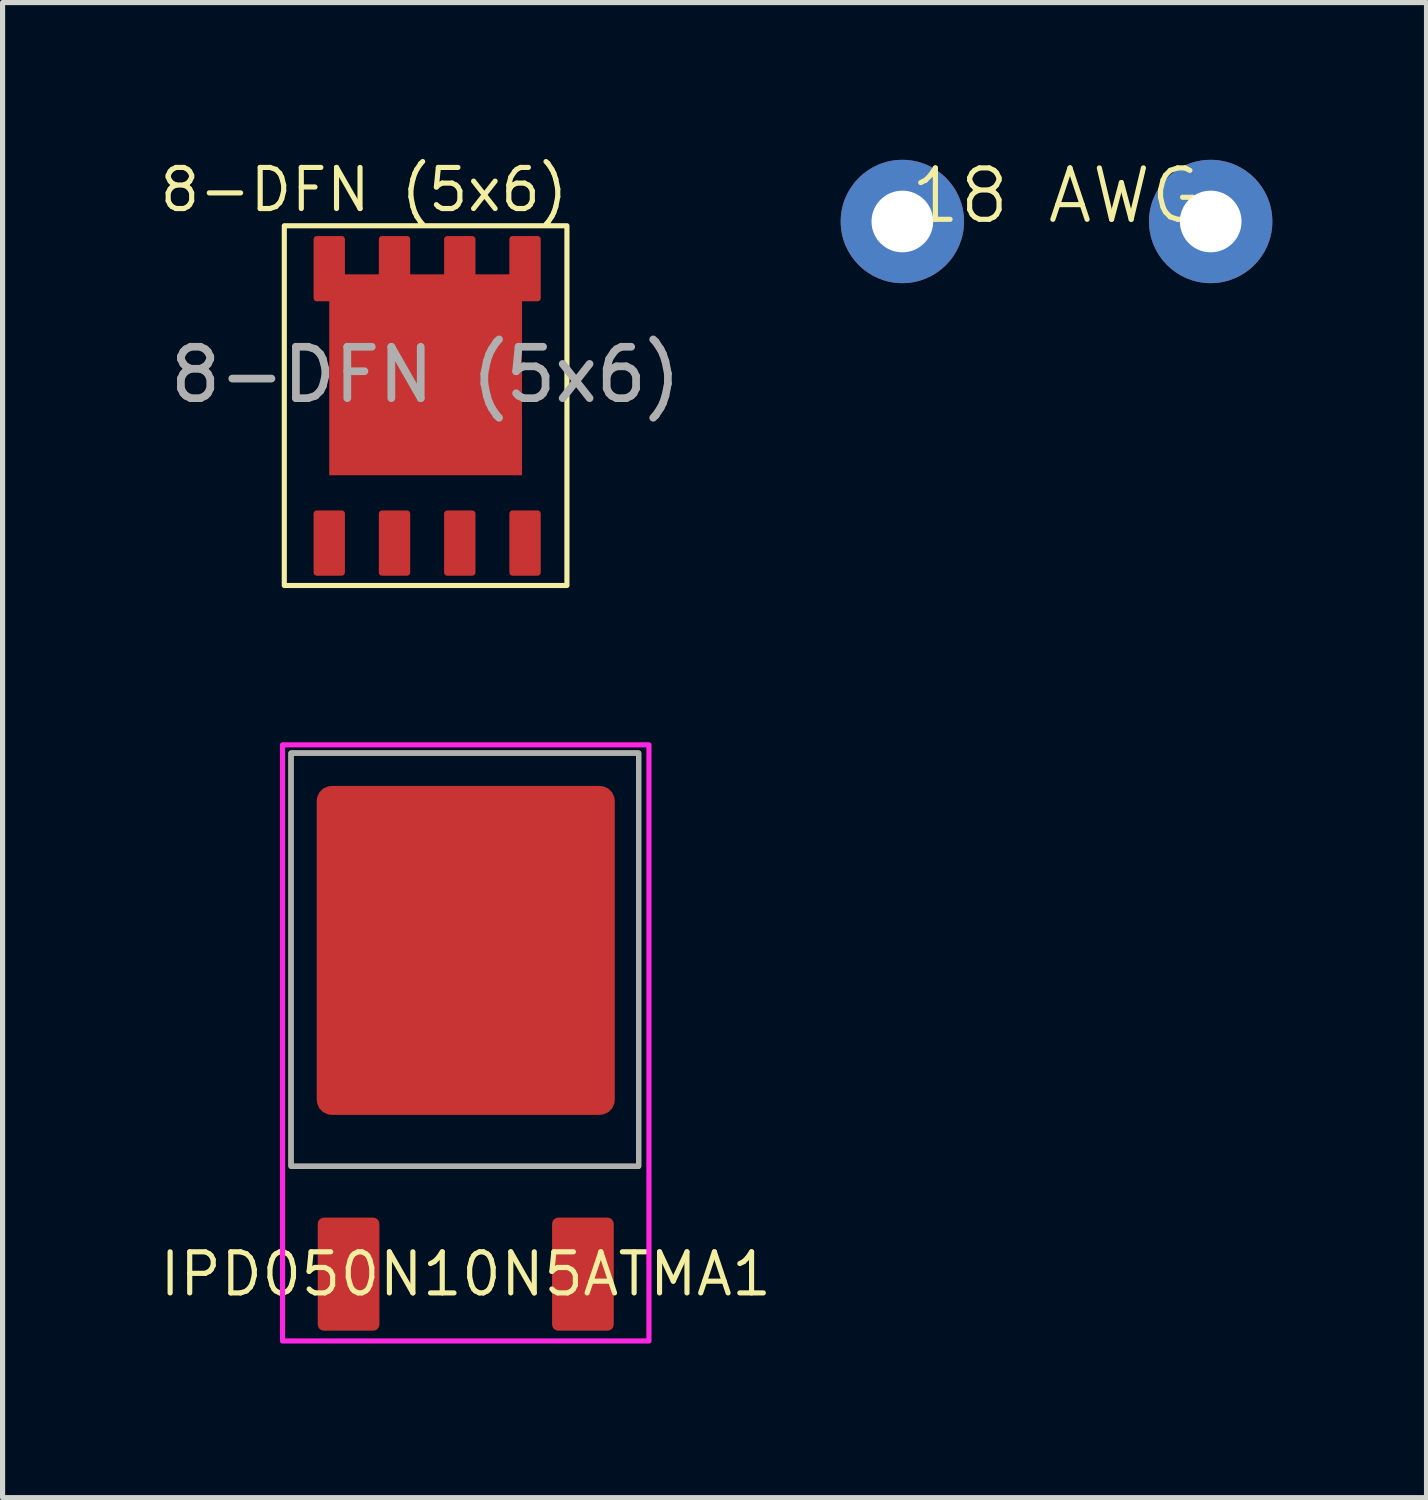
<source format=kicad_pcb>
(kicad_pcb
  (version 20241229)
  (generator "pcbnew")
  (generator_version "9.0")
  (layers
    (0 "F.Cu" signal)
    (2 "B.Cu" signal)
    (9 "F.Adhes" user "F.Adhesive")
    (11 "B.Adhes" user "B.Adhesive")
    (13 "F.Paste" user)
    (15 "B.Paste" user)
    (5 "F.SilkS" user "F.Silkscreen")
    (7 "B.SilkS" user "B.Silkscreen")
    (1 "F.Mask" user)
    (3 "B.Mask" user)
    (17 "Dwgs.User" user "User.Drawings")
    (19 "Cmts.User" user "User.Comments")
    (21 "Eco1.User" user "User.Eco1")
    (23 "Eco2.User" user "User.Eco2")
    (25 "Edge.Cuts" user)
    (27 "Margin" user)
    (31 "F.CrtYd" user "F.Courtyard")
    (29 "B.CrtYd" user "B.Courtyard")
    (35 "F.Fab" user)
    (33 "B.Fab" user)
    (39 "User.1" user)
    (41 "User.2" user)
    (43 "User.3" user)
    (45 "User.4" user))
  (footprint "IPD050N10N5ATMA1"
    (layer "F.Cu")
    (at 6.013 15.444)
    (property "Reference" "IPD050N10N5ATMA1" (at 0 6.3 180) (layer "F.SilkS") (effects (font (size 0.8 0.8) (thickness 0.1))))
    (attr smd)
    (fp_rect (start -3.4 -3.84) (end 3.365 4.2) (stroke (width 0.1) (type default)) (fill no) (layer "F.SilkS"))
    (fp_rect (start -3.565 -4) (end 3.565 7.6) (stroke (width 0.1) (type solid)) (fill no) (layer "F.CrtYd"))
    (fp_rect (start -3.4 -3.84) (end 3.365 4.2) (stroke (width 0.1) (type default)) (fill no) (layer "F.Fab"))
    (pad "1" smd roundrect (at -2.28 6.3) (size 1.2 2.2) (layers "F.Cu" "F.Mask" "F.Paste") (roundrect_rratio 0.1))
    (pad "2" smd roundrect (at 0 0) (size 5.8 6.4) (layers "F.Cu" "F.Mask" "F.Paste") (roundrect_rratio 0.05))
    (pad "3" smd roundrect (at 2.28 6.3) (size 1.2 2.2) (layers "F.Cu" "F.Mask" "F.Paste") (roundrect_rratio 0.1)))
  (footprint "8-DFN (5x6)"
    (layer "F.Cu")
    (at 5.232 4.843)
    (property "Reference" "8-DFN (5x6)" (at -1.2 -4.2 0) (unlocked yes) (layer "F.SilkS") (effects (font (size 0.8 0.8) (thickness 0.1))))
    (attr smd)
    (fp_rect (start -2.75 -3.5) (end 2.75 3.5) (stroke (width 0.1) (type default)) (fill no) (layer "F.SilkS"))
    (fp_text user "${REFERENCE}" (at 0 -0.6 0) (unlocked yes) (layer "F.Fab") (effects (font (size 1 1) (thickness 0.15))))
    (pad "1" smd roundrect (at -1.875 2.675 90) (size 1.27 0.61) (layers "F.Cu" "F.Mask" "F.Paste") (roundrect_rratio 0.1))
    (pad "2" smd roundrect (at -0.605 2.675 90) (size 1.27 0.61) (layers "F.Cu" "F.Mask" "F.Paste") (roundrect_rratio 0.1))
    (pad "3" smd roundrect (at 0.665 2.675 90) (size 1.27 0.61) (layers "F.Cu" "F.Mask" "F.Paste") (roundrect_rratio 0.1))
    (pad "4" smd roundrect (at 1.935 2.675 90) (size 1.27 0.61) (layers "F.Cu" "F.Mask" "F.Paste") (roundrect_rratio 0.1))
    (pad "5" smd roundrect (at 1.935 -3.3 270) (size 1.27 0.61) (drill (offset 0.635 0)) (layers "F.Cu" "F.Mask" "F.Paste") (roundrect_rratio 0.1))
    (pad "6" smd roundrect (at 0.665 -3.3 270) (size 1.27 0.61) (drill (offset 0.635 0)) (layers "F.Cu" "F.Mask" "F.Paste") (roundrect_rratio 0.1))
    (pad "7" smd roundrect (at -0.605 -3.3 270) (size 1.27 0.61) (drill (offset 0.635 0)) (layers "F.Cu" "F.Mask" "F.Paste") (roundrect_rratio 0.1))
    (pad "8" smd roundrect (at -1.875 -3.3 270) (size 1.27 0.61) (drill (offset 0.635 0)) (layers "F.Cu" "F.Mask" "F.Paste") (roundrect_rratio 0.1))
    (pad "9" smd rect (at 0 -0.6) (size 3.75 3.91) (layers "F.Cu" "F.Mask" "F.Paste"))
    (zone (net_name "") (layer "F.Cu") (hatch edge 0.5) (connect_pads) (min_thickness 0.25) (filled_areas_thickness no) (keepout (tracks not_allowed) (vias not_allowed) (pads not_allowed) (copperpour allowed) (footprints allowed)) (placement (enabled no)) (fill) (polygon (pts (xy 2.682 6.199) (xy 2.682 2.288) (xy 7.782 2.288) (xy 7.782 6.199)))))
  (footprint "18 AWG"
    (layer "F.Cu")
    (at 17.509 1.26)
    (property "Reference" "18 AWG" (at 0 -0.5 0) (unlocked yes) (layer "F.SilkS") (effects (font (size 1 1) (thickness 0.1))))
    (attr through_hole)
    (pad "1" thru_hole circle (at -3 0) (size 2.4 2.4) (drill 1.2) (layers "*.Cu" "*.Mask"))
    (pad "2" thru_hole circle (at 3 0) (size 2.4 2.4) (drill 1.2) (layers "*.Cu" "*.Mask")))
  (gr_rect
    (start -3 -3)
    (end 24.709 26.093)
    (stroke (width 0.1) (type default))
    (fill no)
    (layer "Edge.Cuts")))
</source>
